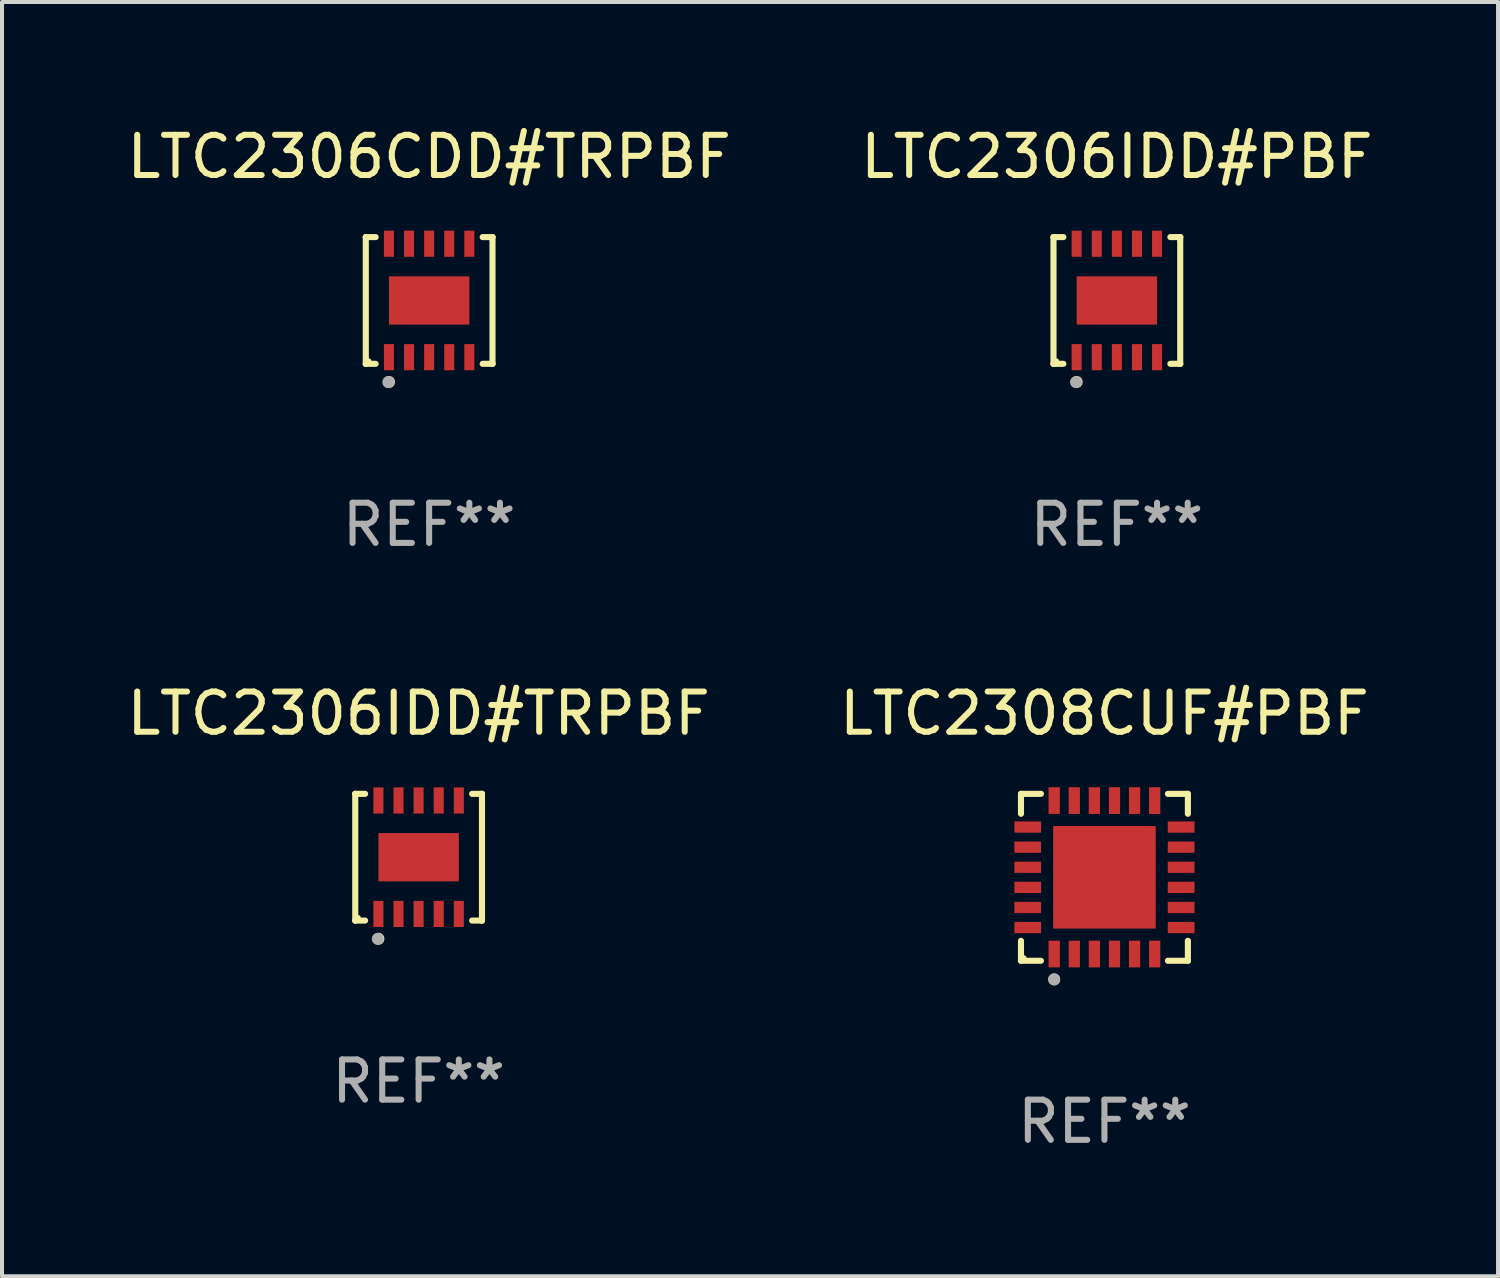
<source format=kicad_pcb>
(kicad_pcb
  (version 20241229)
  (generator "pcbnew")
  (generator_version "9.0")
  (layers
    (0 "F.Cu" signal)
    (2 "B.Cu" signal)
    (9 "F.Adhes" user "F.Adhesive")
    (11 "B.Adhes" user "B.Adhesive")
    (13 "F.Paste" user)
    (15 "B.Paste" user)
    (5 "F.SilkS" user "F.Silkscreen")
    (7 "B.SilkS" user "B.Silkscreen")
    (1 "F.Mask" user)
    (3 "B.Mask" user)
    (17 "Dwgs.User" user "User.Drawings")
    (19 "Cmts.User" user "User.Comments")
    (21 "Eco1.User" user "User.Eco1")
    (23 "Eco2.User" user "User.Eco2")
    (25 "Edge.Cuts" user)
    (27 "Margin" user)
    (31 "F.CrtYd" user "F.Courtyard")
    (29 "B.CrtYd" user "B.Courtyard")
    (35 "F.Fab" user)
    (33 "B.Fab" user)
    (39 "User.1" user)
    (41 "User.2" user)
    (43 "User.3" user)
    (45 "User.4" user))
  (footprint "LTC2306IDD#TRPBF"
    (layer "F.Cu")
    (at 7.363 18.273)
    (property "Reference" "LTC2306IDD#TRPBF" (at 0 -3.576 0) (layer "F.SilkS") (effects (font (size 1 1) (thickness 0.15))))
    (attr through_hole)
    (fp_line (start -1.576 -1.576) (end -1.576 -1.576) (stroke (width 0.152) (type solid)) (layer "F.SilkS"))
    (fp_line (start -1.576 -1.576) (end -1.331 -1.576) (stroke (width 0.152) (type solid)) (layer "F.SilkS"))
    (fp_line (start -1.576 1.576) (end -1.576 -1.576) (stroke (width 0.152) (type solid)) (layer "F.SilkS"))
    (fp_line (start -1.576 1.576) (end -1.576 1.576) (stroke (width 0.152) (type solid)) (layer "F.SilkS"))
    (fp_line (start -1.331 1.576) (end -1.576 1.576) (stroke (width 0.152) (type solid)) (layer "F.SilkS"))
    (fp_line (start 1.331 1.576) (end 1.576 1.576) (stroke (width 0.152) (type solid)) (layer "F.SilkS"))
    (fp_line (start 1.576 -1.576) (end 1.331 -1.576) (stroke (width 0.152) (type solid)) (layer "F.SilkS"))
    (fp_line (start 1.576 -1.576) (end 1.576 -1.576) (stroke (width 0.152) (type solid)) (layer "F.SilkS"))
    (fp_line (start 1.576 1.576) (end 1.576 -1.576) (stroke (width 0.152) (type solid)) (layer "F.SilkS"))
    (fp_line (start 1.576 1.576) (end 1.576 1.576) (stroke (width 0.152) (type solid)) (layer "F.SilkS"))
    (fp_circle (center -1.5 1.5) (end -1.47 1.5) (stroke (width 0.06) (type solid)) (fill no) (layer "F.SilkS"))
    (fp_circle (center -1 2.028) (end -0.925 2.028) (stroke (width 0.15) (type solid)) (fill no) (layer "F.SilkS"))
    (fp_circle (center -1.016 2.032) (end -0.941 2.032) (stroke (width 0.15) (type solid)) (fill no) (layer "F.Fab"))
    (fp_text user "REF**" (at 0 5.576 0) (layer "F.Fab") (effects (font (size 1 1) (thickness 0.15))))
    (pad "1" smd rect (at -1 1.411) (size 0.25 0.65) (layers "F.Cu" "F.Mask" "F.Paste"))
    (pad "2" smd rect (at -0.5 1.411) (size 0.25 0.65) (layers "F.Cu" "F.Mask" "F.Paste"))
    (pad "3" smd rect (at 0 1.411) (size 0.25 0.65) (layers "F.Cu" "F.Mask" "F.Paste"))
    (pad "4" smd rect (at 0.5 1.411) (size 0.25 0.65) (layers "F.Cu" "F.Mask" "F.Paste"))
    (pad "5" smd rect (at 1 1.411) (size 0.25 0.65) (layers "F.Cu" "F.Mask" "F.Paste"))
    (pad "6" smd rect (at 1 -1.411) (size 0.25 0.65) (layers "F.Cu" "F.Mask" "F.Paste"))
    (pad "7" smd rect (at 0.5 -1.411) (size 0.25 0.65) (layers "F.Cu" "F.Mask" "F.Paste"))
    (pad "8" smd rect (at 0 -1.411) (size 0.25 0.65) (layers "F.Cu" "F.Mask" "F.Paste"))
    (pad "9" smd rect (at -0.5 -1.411) (size 0.25 0.65) (layers "F.Cu" "F.Mask" "F.Paste"))
    (pad "10" smd rect (at -1 -1.411) (size 0.25 0.65) (layers "F.Cu" "F.Mask" "F.Paste"))
    (pad "11" smd rect (at 0 0) (size 2 1.2) (layers "F.Cu" "F.Mask" "F.Paste")))
  (footprint "LTC2308CUF#PBF"
    (layer "F.Cu")
    (at 24.423 18.773)
    (property "Reference" "LTC2308CUF#PBF" (at 0 -4.076 0) (layer "F.SilkS") (effects (font (size 1 1) (thickness 0.15))))
    (attr through_hole)
    (fp_line (start -2.076 -2.076) (end -1.58 -2.076) (stroke (width 0.152) (type solid)) (layer "F.SilkS"))
    (fp_line (start -2.076 -1.58) (end -2.076 -2.076) (stroke (width 0.152) (type solid)) (layer "F.SilkS"))
    (fp_line (start -2.076 1.58) (end -2.076 2.076) (stroke (width 0.152) (type solid)) (layer "F.SilkS"))
    (fp_line (start -2.076 2.076) (end -1.58 2.076) (stroke (width 0.152) (type solid)) (layer "F.SilkS"))
    (fp_line (start 2.076 -2.076) (end 1.58 -2.076) (stroke (width 0.152) (type solid)) (layer "F.SilkS"))
    (fp_line (start 2.076 -1.58) (end 2.076 -2.076) (stroke (width 0.152) (type solid)) (layer "F.SilkS"))
    (fp_line (start 2.076 1.58) (end 2.076 2.076) (stroke (width 0.152) (type solid)) (layer "F.SilkS"))
    (fp_line (start 2.076 2.076) (end 1.58 2.076) (stroke (width 0.152) (type solid)) (layer "F.SilkS"))
    (fp_circle (center -2 2) (end -1.97 2) (stroke (width 0.06) (type solid)) (fill no) (layer "F.SilkS"))
    (fp_circle (center -1.25 2.54) (end -1.175 2.54) (stroke (width 0.15) (type solid)) (fill no) (layer "F.SilkS"))
    (fp_circle (center -1.25 2.54) (end -1.175 2.54) (stroke (width 0.15) (type solid)) (fill no) (layer "F.Fab"))
    (fp_text user "REF**" (at 0 6.076 0) (layer "F.Fab") (effects (font (size 1 1) (thickness 0.15))))
    (pad "1" smd rect (at -1.25 1.908) (size 0.28 0.665) (layers "F.Cu" "F.Mask" "F.Paste"))
    (pad "2" smd rect (at -0.75 1.908) (size 0.28 0.665) (layers "F.Cu" "F.Mask" "F.Paste"))
    (pad "3" smd rect (at -0.25 1.908) (size 0.28 0.665) (layers "F.Cu" "F.Mask" "F.Paste"))
    (pad "4" smd rect (at 0.25 1.908) (size 0.28 0.665) (layers "F.Cu" "F.Mask" "F.Paste"))
    (pad "5" smd rect (at 0.75 1.908) (size 0.28 0.665) (layers "F.Cu" "F.Mask" "F.Paste"))
    (pad "6" smd rect (at 1.25 1.908) (size 0.28 0.665) (layers "F.Cu" "F.Mask" "F.Paste"))
    (pad "7" smd rect (at 1.908 1.25) (size 0.665 0.28) (layers "F.Cu" "F.Mask" "F.Paste"))
    (pad "8" smd rect (at 1.908 0.75) (size 0.665 0.28) (layers "F.Cu" "F.Mask" "F.Paste"))
    (pad "9" smd rect (at 1.908 0.25) (size 0.665 0.28) (layers "F.Cu" "F.Mask" "F.Paste"))
    (pad "10" smd rect (at 1.908 -0.25) (size 0.665 0.28) (layers "F.Cu" "F.Mask" "F.Paste"))
    (pad "11" smd rect (at 1.908 -0.75) (size 0.665 0.28) (layers "F.Cu" "F.Mask" "F.Paste"))
    (pad "12" smd rect (at 1.908 -1.25) (size 0.665 0.28) (layers "F.Cu" "F.Mask" "F.Paste"))
    (pad "13" smd rect (at 1.25 -1.908) (size 0.28 0.665) (layers "F.Cu" "F.Mask" "F.Paste"))
    (pad "14" smd rect (at 0.75 -1.908) (size 0.28 0.665) (layers "F.Cu" "F.Mask" "F.Paste"))
    (pad "15" smd rect (at 0.25 -1.908) (size 0.28 0.665) (layers "F.Cu" "F.Mask" "F.Paste"))
    (pad "16" smd rect (at -0.25 -1.908) (size 0.28 0.665) (layers "F.Cu" "F.Mask" "F.Paste"))
    (pad "17" smd rect (at -0.75 -1.908) (size 0.28 0.665) (layers "F.Cu" "F.Mask" "F.Paste"))
    (pad "18" smd rect (at -1.25 -1.908) (size 0.28 0.665) (layers "F.Cu" "F.Mask" "F.Paste"))
    (pad "19" smd rect (at -1.908 -1.25) (size 0.665 0.28) (layers "F.Cu" "F.Mask" "F.Paste"))
    (pad "20" smd rect (at -1.908 -0.75) (size 0.665 0.28) (layers "F.Cu" "F.Mask" "F.Paste"))
    (pad "21" smd rect (at -1.908 -0.25) (size 0.665 0.28) (layers "F.Cu" "F.Mask" "F.Paste"))
    (pad "22" smd rect (at -1.908 0.25) (size 0.665 0.28) (layers "F.Cu" "F.Mask" "F.Paste"))
    (pad "23" smd rect (at -1.908 0.75) (size 0.665 0.28) (layers "F.Cu" "F.Mask" "F.Paste"))
    (pad "24" smd rect (at -1.908 1.25) (size 0.665 0.28) (layers "F.Cu" "F.Mask" "F.Paste"))
    (pad "25" smd rect (at 0 0) (size 2.55 2.55) (layers "F.Cu" "F.Mask" "F.Paste")))
  (footprint "LTC2306CDD#TRPBF"
    (layer "F.Cu")
    (at 7.625 4.424)
    (property "Reference" "LTC2306CDD#TRPBF" (at 0 -3.576 0) (layer "F.SilkS") (effects (font (size 1 1) (thickness 0.15))))
    (attr through_hole)
    (fp_line (start -1.576 -1.576) (end -1.576 -1.576) (stroke (width 0.152) (type solid)) (layer "F.SilkS"))
    (fp_line (start -1.576 -1.576) (end -1.331 -1.576) (stroke (width 0.152) (type solid)) (layer "F.SilkS"))
    (fp_line (start -1.576 1.576) (end -1.576 -1.576) (stroke (width 0.152) (type solid)) (layer "F.SilkS"))
    (fp_line (start -1.576 1.576) (end -1.576 1.576) (stroke (width 0.152) (type solid)) (layer "F.SilkS"))
    (fp_line (start -1.331 1.576) (end -1.576 1.576) (stroke (width 0.152) (type solid)) (layer "F.SilkS"))
    (fp_line (start 1.331 1.576) (end 1.576 1.576) (stroke (width 0.152) (type solid)) (layer "F.SilkS"))
    (fp_line (start 1.576 -1.576) (end 1.331 -1.576) (stroke (width 0.152) (type solid)) (layer "F.SilkS"))
    (fp_line (start 1.576 -1.576) (end 1.576 -1.576) (stroke (width 0.152) (type solid)) (layer "F.SilkS"))
    (fp_line (start 1.576 1.576) (end 1.576 -1.576) (stroke (width 0.152) (type solid)) (layer "F.SilkS"))
    (fp_line (start 1.576 1.576) (end 1.576 1.576) (stroke (width 0.152) (type solid)) (layer "F.SilkS"))
    (fp_circle (center -1.5 1.5) (end -1.47 1.5) (stroke (width 0.06) (type solid)) (fill no) (layer "F.SilkS"))
    (fp_circle (center -1 2.028) (end -0.925 2.028) (stroke (width 0.15) (type solid)) (fill no) (layer "F.SilkS"))
    (fp_circle (center -1.016 2.032) (end -0.941 2.032) (stroke (width 0.15) (type solid)) (fill no) (layer "F.Fab"))
    (fp_text user "REF**" (at 0 5.576 0) (layer "F.Fab") (effects (font (size 1 1) (thickness 0.15))))
    (pad "1" smd rect (at -1 1.411) (size 0.25 0.65) (layers "F.Cu" "F.Mask" "F.Paste"))
    (pad "2" smd rect (at -0.5 1.411) (size 0.25 0.65) (layers "F.Cu" "F.Mask" "F.Paste"))
    (pad "3" smd rect (at 0 1.411) (size 0.25 0.65) (layers "F.Cu" "F.Mask" "F.Paste"))
    (pad "4" smd rect (at 0.5 1.411) (size 0.25 0.65) (layers "F.Cu" "F.Mask" "F.Paste"))
    (pad "5" smd rect (at 1 1.411) (size 0.25 0.65) (layers "F.Cu" "F.Mask" "F.Paste"))
    (pad "6" smd rect (at 1 -1.411) (size 0.25 0.65) (layers "F.Cu" "F.Mask" "F.Paste"))
    (pad "7" smd rect (at 0.5 -1.411) (size 0.25 0.65) (layers "F.Cu" "F.Mask" "F.Paste"))
    (pad "8" smd rect (at 0 -1.411) (size 0.25 0.65) (layers "F.Cu" "F.Mask" "F.Paste"))
    (pad "9" smd rect (at -0.5 -1.411) (size 0.25 0.65) (layers "F.Cu" "F.Mask" "F.Paste"))
    (pad "10" smd rect (at -1 -1.411) (size 0.25 0.65) (layers "F.Cu" "F.Mask" "F.Paste"))
    (pad "11" smd rect (at 0 0) (size 2 1.2) (layers "F.Cu" "F.Mask" "F.Paste")))
  (footprint "LTC2306IDD#PBF"
    (layer "F.Cu")
    (at 24.732 4.424)
    (property "Reference" "LTC2306IDD#PBF" (at 0 -3.576 0) (layer "F.SilkS") (effects (font (size 1 1) (thickness 0.15))))
    (attr through_hole)
    (fp_line (start -1.576 -1.576) (end -1.576 -1.576) (stroke (width 0.152) (type solid)) (layer "F.SilkS"))
    (fp_line (start -1.576 -1.576) (end -1.331 -1.576) (stroke (width 0.152) (type solid)) (layer "F.SilkS"))
    (fp_line (start -1.576 1.576) (end -1.576 -1.576) (stroke (width 0.152) (type solid)) (layer "F.SilkS"))
    (fp_line (start -1.576 1.576) (end -1.576 1.576) (stroke (width 0.152) (type solid)) (layer "F.SilkS"))
    (fp_line (start -1.331 1.576) (end -1.576 1.576) (stroke (width 0.152) (type solid)) (layer "F.SilkS"))
    (fp_line (start 1.331 1.576) (end 1.576 1.576) (stroke (width 0.152) (type solid)) (layer "F.SilkS"))
    (fp_line (start 1.576 -1.576) (end 1.331 -1.576) (stroke (width 0.152) (type solid)) (layer "F.SilkS"))
    (fp_line (start 1.576 -1.576) (end 1.576 -1.576) (stroke (width 0.152) (type solid)) (layer "F.SilkS"))
    (fp_line (start 1.576 1.576) (end 1.576 -1.576) (stroke (width 0.152) (type solid)) (layer "F.SilkS"))
    (fp_line (start 1.576 1.576) (end 1.576 1.576) (stroke (width 0.152) (type solid)) (layer "F.SilkS"))
    (fp_circle (center -1.5 1.5) (end -1.47 1.5) (stroke (width 0.06) (type solid)) (fill no) (layer "F.SilkS"))
    (fp_circle (center -1 2.028) (end -0.925 2.028) (stroke (width 0.15) (type solid)) (fill no) (layer "F.SilkS"))
    (fp_circle (center -1.016 2.032) (end -0.941 2.032) (stroke (width 0.15) (type solid)) (fill no) (layer "F.Fab"))
    (fp_text user "REF**" (at 0 5.576 0) (layer "F.Fab") (effects (font (size 1 1) (thickness 0.15))))
    (pad "1" smd rect (at -1 1.411) (size 0.25 0.65) (layers "F.Cu" "F.Mask" "F.Paste"))
    (pad "2" smd rect (at -0.5 1.411) (size 0.25 0.65) (layers "F.Cu" "F.Mask" "F.Paste"))
    (pad "3" smd rect (at 0 1.411) (size 0.25 0.65) (layers "F.Cu" "F.Mask" "F.Paste"))
    (pad "4" smd rect (at 0.5 1.411) (size 0.25 0.65) (layers "F.Cu" "F.Mask" "F.Paste"))
    (pad "5" smd rect (at 1 1.411) (size 0.25 0.65) (layers "F.Cu" "F.Mask" "F.Paste"))
    (pad "6" smd rect (at 1 -1.411) (size 0.25 0.65) (layers "F.Cu" "F.Mask" "F.Paste"))
    (pad "7" smd rect (at 0.5 -1.411) (size 0.25 0.65) (layers "F.Cu" "F.Mask" "F.Paste"))
    (pad "8" smd rect (at 0 -1.411) (size 0.25 0.65) (layers "F.Cu" "F.Mask" "F.Paste"))
    (pad "9" smd rect (at -0.5 -1.411) (size 0.25 0.65) (layers "F.Cu" "F.Mask" "F.Paste"))
    (pad "10" smd rect (at -1 -1.411) (size 0.25 0.65) (layers "F.Cu" "F.Mask" "F.Paste"))
    (pad "11" smd rect (at 0 0) (size 2 1.2) (layers "F.Cu" "F.Mask" "F.Paste")))
  (gr_rect
    (start -3 -3)
    (end 34.214 28.698)
    (stroke (width 0.1) (type default))
    (fill no)
    (layer "Edge.Cuts")))
</source>
